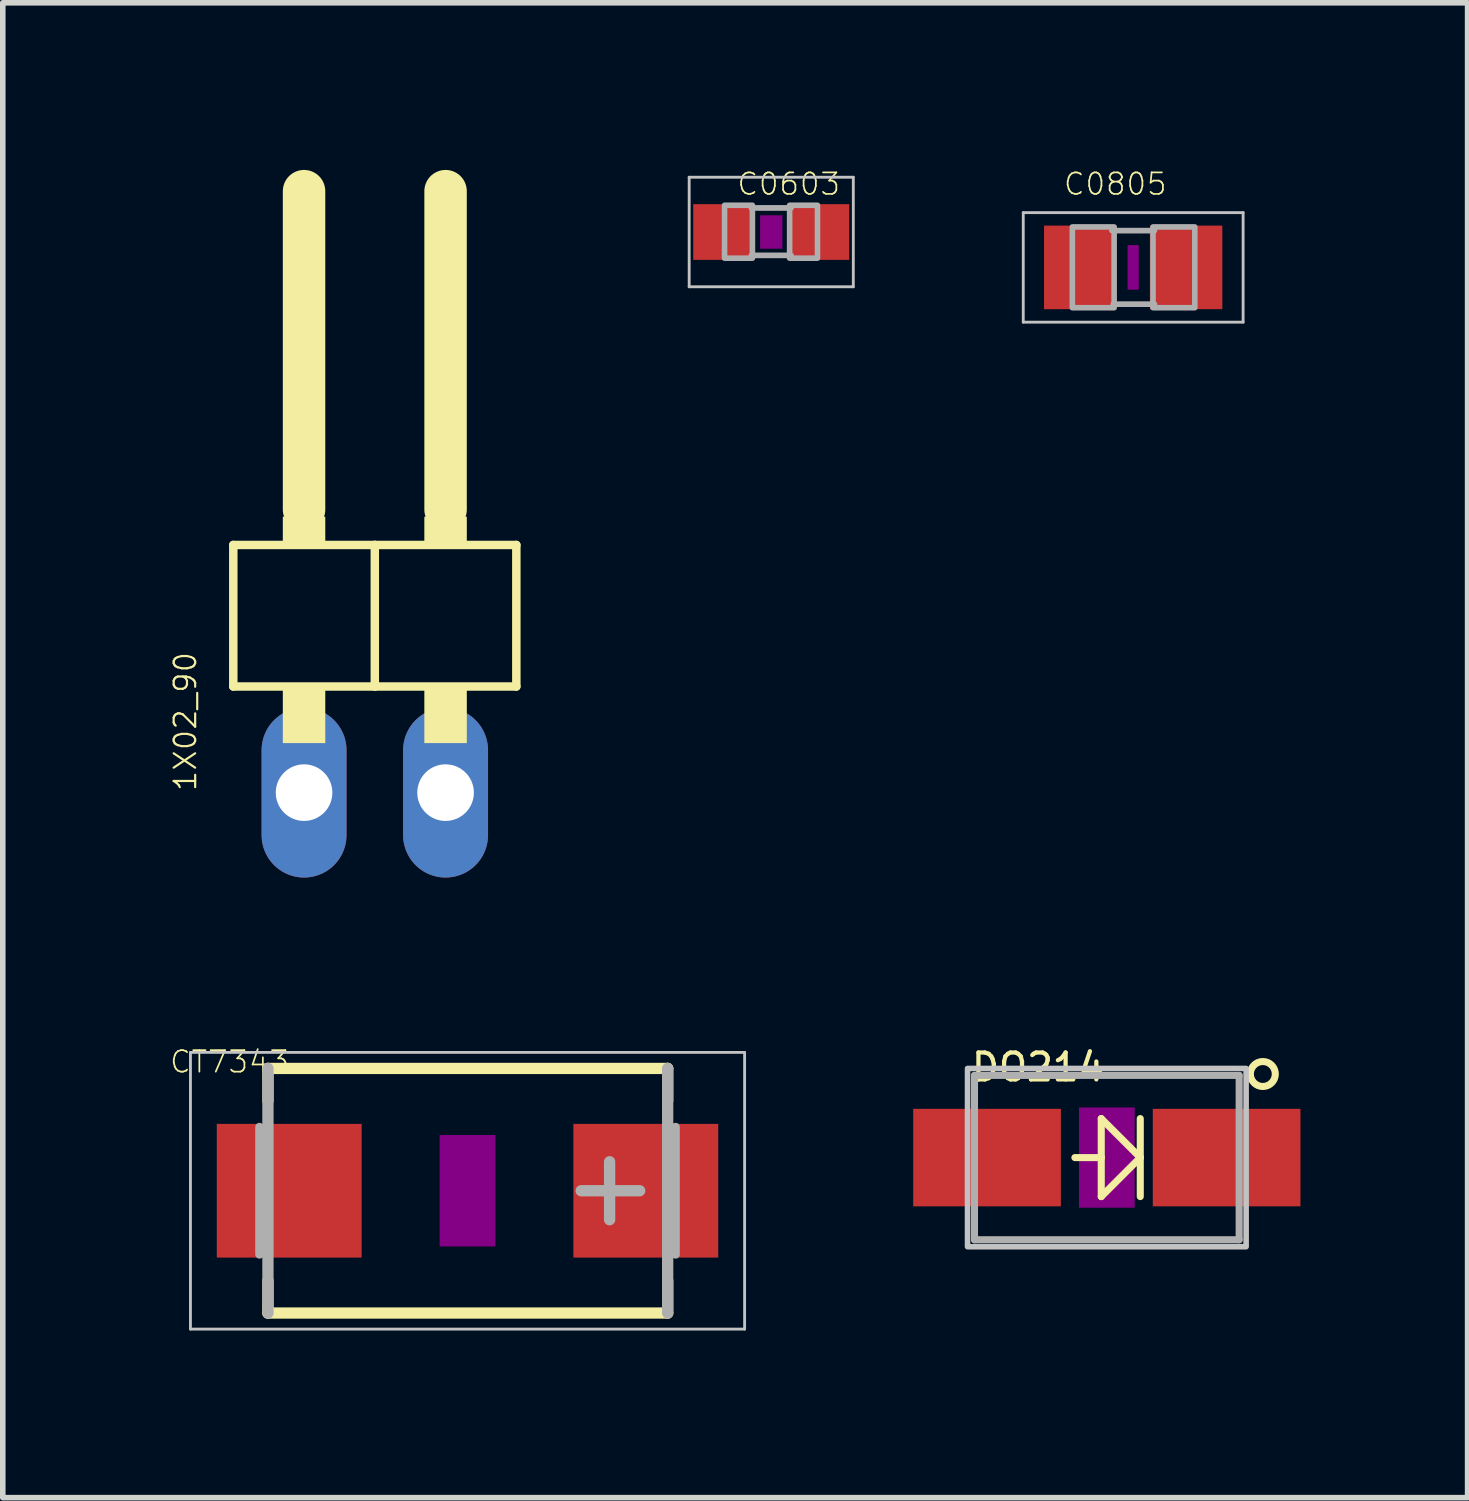
<source format=kicad_pcb>
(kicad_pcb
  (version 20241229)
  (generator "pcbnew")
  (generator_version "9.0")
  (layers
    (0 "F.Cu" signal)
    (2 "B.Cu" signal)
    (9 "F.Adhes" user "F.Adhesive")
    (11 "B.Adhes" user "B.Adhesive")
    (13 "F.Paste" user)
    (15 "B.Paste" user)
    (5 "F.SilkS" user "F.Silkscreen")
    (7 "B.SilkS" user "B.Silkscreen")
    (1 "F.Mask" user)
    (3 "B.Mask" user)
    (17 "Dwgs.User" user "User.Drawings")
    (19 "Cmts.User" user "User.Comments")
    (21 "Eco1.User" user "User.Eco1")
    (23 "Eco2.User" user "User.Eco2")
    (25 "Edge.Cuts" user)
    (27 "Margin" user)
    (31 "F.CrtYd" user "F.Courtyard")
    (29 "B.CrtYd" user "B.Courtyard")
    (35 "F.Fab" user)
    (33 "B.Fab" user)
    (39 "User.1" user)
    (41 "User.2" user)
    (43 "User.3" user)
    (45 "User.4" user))
  (footprint "C0805"
    (layer "F.Cu")
    (at 17.288 1.749)
    (property "Reference" "C0805" (at -1.27 -1.27 0) (layer "F.SilkS") (effects (font (size 0.386 0.386) (thickness 0.031)) (justify left bottom)))
    (attr through_hole)
    (fp_poly (pts (xy -0.1 0.4) (xy 0.1 0.4) (xy 0.1 -0.4) (xy -0.1 -0.4)) (stroke (width 0) (type solid)) (fill yes) (layer "F.Adhes"))
    (fp_line (start -1.973 -0.983) (end 1.973 -0.983) (stroke (width 0.051) (type solid)) (layer "Dwgs.User"))
    (fp_line (start -1.973 0.983) (end -1.973 -0.983) (stroke (width 0.051) (type solid)) (layer "Dwgs.User"))
    (fp_line (start 1.973 -0.983) (end 1.973 0.983) (stroke (width 0.051) (type solid)) (layer "Dwgs.User"))
    (fp_line (start 1.973 0.983) (end -1.973 0.983) (stroke (width 0.051) (type solid)) (layer "Dwgs.User"))
    (fp_line (start -0.381 -0.66) (end 0.381 -0.66) (stroke (width 0.102) (type solid)) (layer "F.Fab"))
    (fp_line (start -0.356 0.66) (end 0.381 0.66) (stroke (width 0.102) (type solid)) (layer "F.Fab"))
    (fp_poly (pts (xy -1.092 0.724) (xy -0.342 0.724) (xy -0.342 -0.726) (xy -1.092 -0.726)) (stroke (width 0.1) (type solid)) (fill no) (layer "F.Fab"))
    (fp_poly (pts (xy 0.356 0.724) (xy 1.106 0.724) (xy 1.106 -0.726) (xy 0.356 -0.726)) (stroke (width 0.1) (type solid)) (fill no) (layer "F.Fab"))
    (pad "1" smd rect (at -0.95 0) (size 1.3 1.5) (layers "F.Cu" "F.Mask" "F.Paste"))
    (pad "2" smd rect (at 0.95 0) (size 1.3 1.5) (layers "F.Cu" "F.Mask" "F.Paste")))
  (footprint "DO214"
    (layer "F.Cu")
    (at 16.815 17.726)
    (property "Reference" "DO214" (at 0 -1.905 0) (layer "F.SilkS") (effects (font (size 0.483 0.483) (thickness 0.076)) (justify right top)))
    (attr through_hole)
    (fp_line (start -0.1 0) (end -0.573 0) (stroke (width 0.127) (type solid)) (layer "F.SilkS"))
    (fp_line (start -0.1 0) (end -0.1 -0.7) (stroke (width 0.127) (type solid)) (layer "F.SilkS"))
    (fp_line (start -0.1 0.7) (end -0.1 0) (stroke (width 0.127) (type solid)) (layer "F.SilkS"))
    (fp_line (start 0.6 -0.7) (end 0.6 0) (stroke (width 0.127) (type solid)) (layer "F.SilkS"))
    (fp_line (start 0.6 0) (end -0.1 -0.7) (stroke (width 0.127) (type solid)) (layer "F.SilkS"))
    (fp_line (start 0.6 0) (end -0.1 0.7) (stroke (width 0.127) (type solid)) (layer "F.SilkS"))
    (fp_line (start 0.6 0) (end 0.6 0.7) (stroke (width 0.127) (type solid)) (layer "F.SilkS"))
    (fp_circle (center 2.8 -1.5) (end 3.024 -1.5) (stroke (width 0.127) (type solid)) (fill no) (layer "F.SilkS"))
    (fp_poly (pts (xy -0.5 0.9) (xy 0.5 0.9) (xy 0.5 -0.9) (xy -0.5 -0.9)) (stroke (width 0) (type solid)) (fill yes) (layer "F.Adhes"))
    (fp_poly (pts (xy -2.5 1.6) (xy 2.5 1.6) (xy 2.5 -1.6) (xy -2.5 -1.6)) (stroke (width 0.1) (type solid)) (fill no) (layer "Dwgs.User"))
    (fp_line (start -2.375 -1.475) (end -2.375 1.475) (stroke (width 0.127) (type solid)) (layer "F.Fab"))
    (fp_line (start -2.375 1.475) (end 2.375 1.475) (stroke (width 0.127) (type solid)) (layer "F.Fab"))
    (fp_line (start 2.375 -1.475) (end -2.375 -1.475) (stroke (width 0.127) (type solid)) (layer "F.Fab"))
    (fp_line (start 2.375 -1.475) (end 2.375 1.475) (stroke (width 0.127) (type solid)) (layer "F.Fab"))
    (pad "ANODE" smd rect (at -2.15 0) (size 2.65 1.75) (layers "F.Cu" "F.Mask" "F.Paste"))
    (pad "CATHODE" smd rect (at 2.15 0) (size 2.65 1.75) (layers "F.Cu" "F.Mask" "F.Paste")))
  (footprint "C0603"
    (layer "F.Cu")
    (at 10.792 1.114)
    (property "Reference" "C0603" (at -0.635 -0.635 0) (layer "F.SilkS") (effects (font (size 0.386 0.386) (thickness 0.031)) (justify left bottom)))
    (attr through_hole)
    (fp_poly (pts (xy -0.2 0.3) (xy 0.2 0.3) (xy 0.2 -0.3) (xy -0.2 -0.3)) (stroke (width 0) (type solid)) (fill yes) (layer "F.Adhes"))
    (fp_line (start -1.473 -0.983) (end 1.473 -0.983) (stroke (width 0.051) (type solid)) (layer "Dwgs.User"))
    (fp_line (start -1.473 0.983) (end -1.473 -0.983) (stroke (width 0.051) (type solid)) (layer "Dwgs.User"))
    (fp_line (start 1.473 -0.983) (end 1.473 0.983) (stroke (width 0.051) (type solid)) (layer "Dwgs.User"))
    (fp_line (start 1.473 0.983) (end -1.473 0.983) (stroke (width 0.051) (type solid)) (layer "Dwgs.User"))
    (fp_line (start -0.356 -0.432) (end 0.356 -0.432) (stroke (width 0.102) (type solid)) (layer "F.Fab"))
    (fp_line (start -0.356 0.419) (end 0.356 0.419) (stroke (width 0.102) (type solid)) (layer "F.Fab"))
    (fp_poly (pts (xy -0.838 0.47) (xy -0.338 0.47) (xy -0.338 -0.48) (xy -0.838 -0.48)) (stroke (width 0.1) (type solid)) (fill no) (layer "F.Fab"))
    (fp_poly (pts (xy 0.33 0.47) (xy 0.83 0.47) (xy 0.83 -0.48) (xy 0.33 -0.48)) (stroke (width 0.1) (type solid)) (fill no) (layer "F.Fab"))
    (pad "1" smd rect (at -0.85 0) (size 1.1 1) (layers "F.Cu" "F.Mask" "F.Paste"))
    (pad "2" smd rect (at 0.85 0) (size 1.1 1) (layers "F.Cu" "F.Mask" "F.Paste")))
  (footprint "1X02_90"
    (layer "F.Cu")
    (at 3.677 7.366)
    (property "Reference" "1X02_90" (at -3.175 3.81 90) (layer "F.SilkS") (effects (font (size 0.386 0.386) (thickness 0.039)) (justify left bottom)))
    (attr through_hole)
    (fp_line (start -2.54 -0.635) (end -2.54 1.905) (stroke (width 0.152) (type solid)) (layer "F.SilkS"))
    (fp_line (start -2.54 1.905) (end 0 1.905) (stroke (width 0.152) (type solid)) (layer "F.SilkS"))
    (fp_line (start -1.27 -6.985) (end -1.27 -1.27) (stroke (width 0.762) (type solid)) (layer "F.SilkS"))
    (fp_line (start 0 -0.635) (end -2.54 -0.635) (stroke (width 0.152) (type solid)) (layer "F.SilkS"))
    (fp_line (start 0 1.905) (end 0 -0.635) (stroke (width 0.152) (type solid)) (layer "F.SilkS"))
    (fp_line (start 0 1.905) (end 2.54 1.905) (stroke (width 0.152) (type solid)) (layer "F.SilkS"))
    (fp_line (start 1.27 -6.985) (end 1.27 -1.27) (stroke (width 0.762) (type solid)) (layer "F.SilkS"))
    (fp_line (start 2.54 -0.635) (end 0 -0.635) (stroke (width 0.152) (type solid)) (layer "F.SilkS"))
    (fp_line (start 2.54 1.905) (end 2.54 -0.635) (stroke (width 0.152) (type solid)) (layer "F.SilkS"))
    (fp_poly (pts (xy -1.651 -0.635) (xy -0.889 -0.635) (xy -0.889 -1.143) (xy -1.651 -1.143)) (stroke (width 0) (type solid)) (fill yes) (layer "F.SilkS"))
    (fp_poly (pts (xy -1.651 2.921) (xy -0.889 2.921) (xy -0.889 1.905) (xy -1.651 1.905)) (stroke (width 0) (type solid)) (fill yes) (layer "F.SilkS"))
    (fp_poly (pts (xy 0.889 -0.635) (xy 1.651 -0.635) (xy 1.651 -1.143) (xy 0.889 -1.143)) (stroke (width 0) (type solid)) (fill yes) (layer "F.SilkS"))
    (fp_poly (pts (xy 0.889 2.921) (xy 1.651 2.921) (xy 1.651 1.905) (xy 0.889 1.905)) (stroke (width 0) (type solid)) (fill yes) (layer "F.SilkS"))
    (pad "1" thru_hole oval (at -1.27 3.81 90) (size 3.048 1.524) (drill 1.016) (layers "*.Cu" "*.Mask"))
    (pad "2" thru_hole oval (at 1.27 3.81 90) (size 3.048 1.524) (drill 1.016) (layers "*.Cu" "*.Mask")))
  (footprint "CT7343"
    (layer "F.Cu")
    (at 5.341 18.321)
    (property "Reference" "CT7343" (at -3.175 -2.54 180) (layer "F.SilkS") (effects (font (size 0.386 0.386) (thickness 0.031)) (justify right top)))
    (attr through_hole)
    (fp_line (start -3.582 -2.195) (end -3.582 -1.615) (stroke (width 0.203) (type solid)) (layer "F.SilkS"))
    (fp_line (start -3.582 -2.195) (end 3.592 -2.195) (stroke (width 0.203) (type solid)) (layer "F.SilkS"))
    (fp_line (start -3.582 1.615) (end -3.582 2.195) (stroke (width 0.203) (type solid)) (layer "F.SilkS"))
    (fp_line (start -3.582 2.195) (end 3.592 2.195) (stroke (width 0.203) (type solid)) (layer "F.SilkS"))
    (fp_line (start 3.592 -2.195) (end 3.592 -1.615) (stroke (width 0.203) (type solid)) (layer "F.SilkS"))
    (fp_line (start 3.592 1.615) (end 3.592 2.195) (stroke (width 0.203) (type solid)) (layer "F.SilkS"))
    (fp_poly (pts (xy -0.5 1) (xy 0.5 1) (xy 0.5 -1) (xy -0.5 -1)) (stroke (width 0) (type solid)) (fill yes) (layer "F.Adhes"))
    (fp_line (start -4.973 -2.483) (end 4.973 -2.483) (stroke (width 0.051) (type solid)) (layer "Dwgs.User"))
    (fp_line (start -4.973 2.483) (end -4.973 -2.483) (stroke (width 0.051) (type solid)) (layer "Dwgs.User"))
    (fp_line (start 4.973 -2.483) (end 4.973 2.483) (stroke (width 0.051) (type solid)) (layer "Dwgs.User"))
    (fp_line (start 4.973 2.483) (end -4.973 2.483) (stroke (width 0.051) (type solid)) (layer "Dwgs.User"))
    (fp_line (start -3.734 1.143) (end -3.734 -1.143) (stroke (width 0.152) (type solid)) (layer "F.Fab"))
    (fp_line (start -3.582 -2.195) (end -3.582 2.195) (stroke (width 0.203) (type solid)) (layer "F.Fab"))
    (fp_line (start 2.04 0) (end 3.09 0) (stroke (width 0.203) (type solid)) (layer "F.Fab"))
    (fp_line (start 2.55 0.52) (end 2.55 -0.52) (stroke (width 0.203) (type solid)) (layer "F.Fab"))
    (fp_line (start 3.592 -2.195) (end 3.592 2.195) (stroke (width 0.203) (type solid)) (layer "F.Fab"))
    (fp_line (start 3.734 1.143) (end 3.734 -1.143) (stroke (width 0.152) (type solid)) (layer "F.Fab"))
    (pad "+" smd rect (at 3.2 0) (size 2.6 2.4) (layers "F.Cu" "F.Mask" "F.Paste"))
    (pad "-" smd rect (at -3.2 0) (size 2.6 2.4) (layers "F.Cu" "F.Mask" "F.Paste")))
  (gr_rect
    (start -3 -3)
    (end 23.29 23.83)
    (stroke (width 0.1) (type default))
    (fill no)
    (layer "Edge.Cuts")))
</source>
